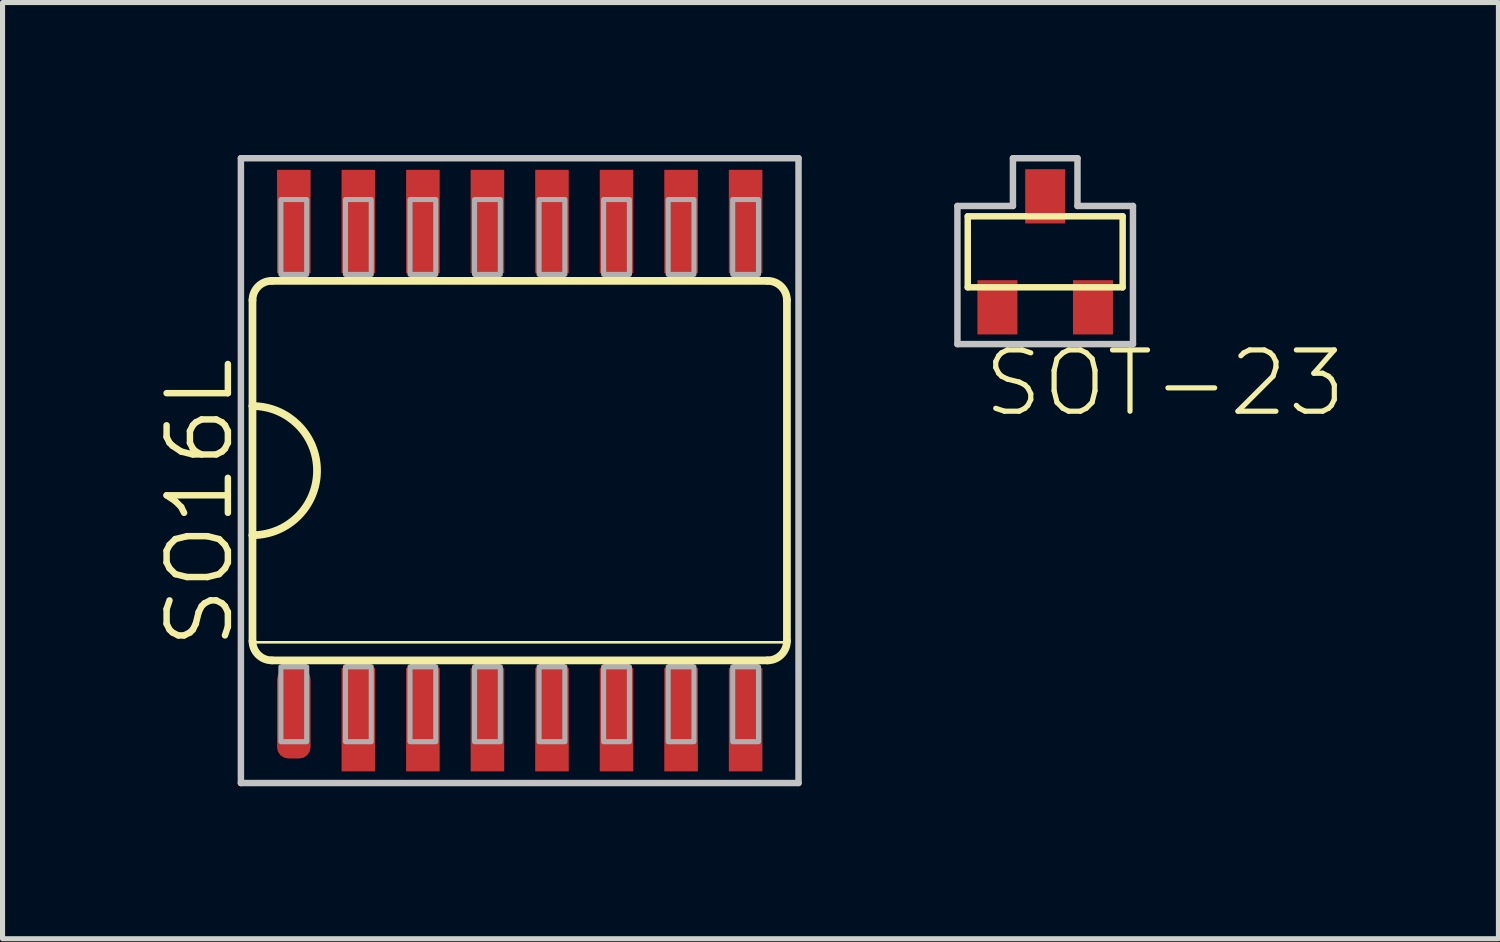
<source format=kicad_pcb>
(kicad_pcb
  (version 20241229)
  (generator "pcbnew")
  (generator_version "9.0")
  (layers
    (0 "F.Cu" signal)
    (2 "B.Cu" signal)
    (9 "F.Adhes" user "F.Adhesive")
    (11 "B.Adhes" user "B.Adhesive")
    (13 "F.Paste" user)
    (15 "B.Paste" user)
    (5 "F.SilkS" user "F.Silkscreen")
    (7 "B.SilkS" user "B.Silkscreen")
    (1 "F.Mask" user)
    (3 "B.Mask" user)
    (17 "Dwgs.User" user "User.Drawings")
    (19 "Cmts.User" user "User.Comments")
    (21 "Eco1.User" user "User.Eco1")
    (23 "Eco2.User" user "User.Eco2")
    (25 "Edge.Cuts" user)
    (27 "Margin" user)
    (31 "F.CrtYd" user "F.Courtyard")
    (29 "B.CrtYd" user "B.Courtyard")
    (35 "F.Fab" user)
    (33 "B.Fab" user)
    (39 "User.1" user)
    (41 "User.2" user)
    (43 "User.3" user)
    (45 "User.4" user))
  (footprint "SOT-23"
    (layer "F.Cu")
    (at 17.516 2.908)
    (property "Reference" "SOT-23" (at -1.27 2.286 0) (layer "F.SilkS") (effects (font (size 1.206 1.206) (thickness 0.102)) (justify left bottom)))
    (attr through_hole)
    (fp_line (start -1.524 -1.702) (end -1.524 -0.305) (stroke (width 0.127) (type solid)) (layer "F.SilkS"))
    (fp_line (start -1.524 -0.305) (end 1.524 -0.305) (stroke (width 0.127) (type solid)) (layer "F.SilkS"))
    (fp_line (start 1.524 -1.702) (end -1.524 -1.702) (stroke (width 0.127) (type solid)) (layer "F.SilkS"))
    (fp_line (start 1.524 -0.305) (end 1.524 -1.702) (stroke (width 0.127) (type solid)) (layer "F.SilkS"))
    (fp_line (start -1.727 -1.905) (end -1.727 0.813) (stroke (width 0.127) (type solid)) (layer "Dwgs.User"))
    (fp_line (start -1.727 0.813) (end 1.727 0.813) (stroke (width 0.127) (type solid)) (layer "Dwgs.User"))
    (fp_line (start -0.635 -2.845) (end -0.635 -1.905) (stroke (width 0.127) (type solid)) (layer "Dwgs.User"))
    (fp_line (start -0.635 -1.905) (end -1.727 -1.905) (stroke (width 0.127) (type solid)) (layer "Dwgs.User"))
    (fp_line (start 0.635 -2.845) (end -0.635 -2.845) (stroke (width 0.127) (type solid)) (layer "Dwgs.User"))
    (fp_line (start 0.635 -1.905) (end 0.635 -2.845) (stroke (width 0.127) (type solid)) (layer "Dwgs.User"))
    (fp_line (start 1.727 -1.905) (end 0.635 -1.905) (stroke (width 0.127) (type solid)) (layer "Dwgs.User"))
    (fp_line (start 1.727 0.813) (end 1.727 -1.905) (stroke (width 0.127) (type solid)) (layer "Dwgs.User"))
    (pad "P$1" smd rect (at -0.94 0.089) (size 0.787 1.067) (layers "F.Cu" "F.Mask" "F.Paste"))
    (pad "P$2" smd rect (at 0.94 0.089) (size 0.787 1.067) (layers "F.Cu" "F.Mask" "F.Paste"))
    (pad "P$3" smd rect (at 0 -2.095) (size 0.787 1.067) (layers "F.Cu" "F.Mask" "F.Paste")))
  (footprint "SO16L"
    (layer "F.Cu")
    (at 7.176 6.21)
    (property "Reference" "SO16L" (at -5.588 3.556 90) (layer "F.SilkS") (effects (font (size 1.206 1.206) (thickness 0.127)) (justify left bottom)))
    (attr through_hole)
    (fp_line (start -5.258 -3.353) (end -5.258 -1.27) (stroke (width 0.152) (type solid)) (layer "F.SilkS"))
    (fp_line (start -5.258 -1.27) (end -5.258 1.27) (stroke (width 0.152) (type solid)) (layer "F.SilkS"))
    (fp_line (start -5.258 1.27) (end -5.258 3.353) (stroke (width 0.152) (type solid)) (layer "F.SilkS"))
    (fp_line (start -5.207 3.378) (end 5.232 3.378) (stroke (width 0.051) (type solid)) (layer "F.SilkS"))
    (fp_line (start -4.877 3.734) (end 4.877 3.734) (stroke (width 0.152) (type solid)) (layer "F.SilkS"))
    (fp_line (start 4.877 -3.734) (end -4.877 -3.734) (stroke (width 0.152) (type solid)) (layer "F.SilkS"))
    (fp_line (start 5.258 3.353) (end 5.258 -3.353) (stroke (width 0.152) (type solid)) (layer "F.SilkS"))
    (fp_arc (start -5.2578 -3.3528) (mid -5.146208 -3.622208) (end -4.8768 -3.7338) (stroke (width 0.1524) (type solid)) (layer "F.SilkS"))
    (fp_arc (start -5.2578 -1.27) (mid -3.9878 0) (end -5.2578 1.27) (stroke (width 0.1524) (type solid)) (layer "F.SilkS"))
    (fp_arc (start -4.8768 3.7338) (mid -5.146208 3.622208) (end -5.2578 3.3528) (stroke (width 0.1524) (type solid)) (layer "F.SilkS"))
    (fp_arc (start 4.8768 -3.7338) (mid 5.146208 -3.622208) (end 5.2578 -3.3528) (stroke (width 0.1524) (type solid)) (layer "F.SilkS"))
    (fp_arc (start 5.2578 3.3528) (mid 5.146208 3.622208) (end 4.8768 3.7338) (stroke (width 0.1524) (type solid)) (layer "F.SilkS"))
    (fp_poly (pts (xy -4.699 -3.734) (xy -4.191 -3.734) (xy -4.191 -3.861) (xy -4.699 -3.861)) (stroke (width 0) (type solid)) (fill yes) (layer "F.SilkS"))
    (fp_poly (pts (xy -4.699 3.861) (xy -4.191 3.861) (xy -4.191 3.734) (xy -4.699 3.734)) (stroke (width 0) (type solid)) (fill yes) (layer "F.SilkS"))
    (fp_poly (pts (xy -3.429 -3.734) (xy -2.921 -3.734) (xy -2.921 -3.861) (xy -3.429 -3.861)) (stroke (width 0) (type solid)) (fill yes) (layer "F.SilkS"))
    (fp_poly (pts (xy -3.429 3.861) (xy -2.921 3.861) (xy -2.921 3.734) (xy -3.429 3.734)) (stroke (width 0) (type solid)) (fill yes) (layer "F.SilkS"))
    (fp_poly (pts (xy -2.159 -3.734) (xy -1.651 -3.734) (xy -1.651 -3.861) (xy -2.159 -3.861)) (stroke (width 0) (type solid)) (fill yes) (layer "F.SilkS"))
    (fp_poly (pts (xy -2.159 3.861) (xy -1.651 3.861) (xy -1.651 3.734) (xy -2.159 3.734)) (stroke (width 0) (type solid)) (fill yes) (layer "F.SilkS"))
    (fp_poly (pts (xy -0.889 -3.734) (xy -0.381 -3.734) (xy -0.381 -3.861) (xy -0.889 -3.861)) (stroke (width 0) (type solid)) (fill yes) (layer "F.SilkS"))
    (fp_poly (pts (xy -0.889 3.861) (xy -0.381 3.861) (xy -0.381 3.734) (xy -0.889 3.734)) (stroke (width 0) (type solid)) (fill yes) (layer "F.SilkS"))
    (fp_poly (pts (xy 0.381 -3.734) (xy 0.889 -3.734) (xy 0.889 -3.861) (xy 0.381 -3.861)) (stroke (width 0) (type solid)) (fill yes) (layer "F.SilkS"))
    (fp_poly (pts (xy 0.381 3.861) (xy 0.889 3.861) (xy 0.889 3.734) (xy 0.381 3.734)) (stroke (width 0) (type solid)) (fill yes) (layer "F.SilkS"))
    (fp_poly (pts (xy 1.651 -3.734) (xy 2.159 -3.734) (xy 2.159 -3.861) (xy 1.651 -3.861)) (stroke (width 0) (type solid)) (fill yes) (layer "F.SilkS"))
    (fp_poly (pts (xy 1.651 3.861) (xy 2.159 3.861) (xy 2.159 3.734) (xy 1.651 3.734)) (stroke (width 0) (type solid)) (fill yes) (layer "F.SilkS"))
    (fp_poly (pts (xy 2.921 -3.734) (xy 3.429 -3.734) (xy 3.429 -3.861) (xy 2.921 -3.861)) (stroke (width 0) (type solid)) (fill yes) (layer "F.SilkS"))
    (fp_poly (pts (xy 2.921 3.861) (xy 3.429 3.861) (xy 3.429 3.734) (xy 2.921 3.734)) (stroke (width 0) (type solid)) (fill yes) (layer "F.SilkS"))
    (fp_poly (pts (xy 4.191 -3.734) (xy 4.699 -3.734) (xy 4.699 -3.861) (xy 4.191 -3.861)) (stroke (width 0) (type solid)) (fill yes) (layer "F.SilkS"))
    (fp_poly (pts (xy 4.191 3.861) (xy 4.699 3.861) (xy 4.699 3.734) (xy 4.191 3.734)) (stroke (width 0) (type solid)) (fill yes) (layer "F.SilkS"))
    (fp_line (start -5.486 -6.147) (end -5.486 6.147) (stroke (width 0.127) (type solid)) (layer "Dwgs.User"))
    (fp_line (start -5.486 6.147) (end 5.486 6.147) (stroke (width 0.127) (type solid)) (layer "Dwgs.User"))
    (fp_line (start 5.486 -6.147) (end -5.486 -6.147) (stroke (width 0.127) (type solid)) (layer "Dwgs.User"))
    (fp_line (start 5.486 6.147) (end 5.486 -6.147) (stroke (width 0.127) (type solid)) (layer "Dwgs.User"))
    (fp_poly (pts (xy -4.699 -3.861) (xy -4.191 -3.861) (xy -4.191 -5.334) (xy -4.699 -5.334)) (stroke (width 0.1) (type solid)) (fill no) (layer "F.Fab"))
    (fp_poly (pts (xy -4.699 5.334) (xy -4.191 5.334) (xy -4.191 3.861) (xy -4.699 3.861)) (stroke (width 0.1) (type solid)) (fill no) (layer "F.Fab"))
    (fp_poly (pts (xy -3.429 -3.861) (xy -2.921 -3.861) (xy -2.921 -5.334) (xy -3.429 -5.334)) (stroke (width 0.1) (type solid)) (fill no) (layer "F.Fab"))
    (fp_poly (pts (xy -3.429 5.334) (xy -2.921 5.334) (xy -2.921 3.861) (xy -3.429 3.861)) (stroke (width 0.1) (type solid)) (fill no) (layer "F.Fab"))
    (fp_poly (pts (xy -2.159 -3.861) (xy -1.651 -3.861) (xy -1.651 -5.334) (xy -2.159 -5.334)) (stroke (width 0.1) (type solid)) (fill no) (layer "F.Fab"))
    (fp_poly (pts (xy -2.159 5.334) (xy -1.651 5.334) (xy -1.651 3.861) (xy -2.159 3.861)) (stroke (width 0.1) (type solid)) (fill no) (layer "F.Fab"))
    (fp_poly (pts (xy -0.889 -3.861) (xy -0.381 -3.861) (xy -0.381 -5.334) (xy -0.889 -5.334)) (stroke (width 0.1) (type solid)) (fill no) (layer "F.Fab"))
    (fp_poly (pts (xy -0.889 5.334) (xy -0.381 5.334) (xy -0.381 3.861) (xy -0.889 3.861)) (stroke (width 0.1) (type solid)) (fill no) (layer "F.Fab"))
    (fp_poly (pts (xy 0.381 -3.861) (xy 0.889 -3.861) (xy 0.889 -5.334) (xy 0.381 -5.334)) (stroke (width 0.1) (type solid)) (fill no) (layer "F.Fab"))
    (fp_poly (pts (xy 0.381 5.334) (xy 0.889 5.334) (xy 0.889 3.861) (xy 0.381 3.861)) (stroke (width 0.1) (type solid)) (fill no) (layer "F.Fab"))
    (fp_poly (pts (xy 1.651 -3.861) (xy 2.159 -3.861) (xy 2.159 -5.334) (xy 1.651 -5.334)) (stroke (width 0.1) (type solid)) (fill no) (layer "F.Fab"))
    (fp_poly (pts (xy 1.651 5.334) (xy 2.159 5.334) (xy 2.159 3.861) (xy 1.651 3.861)) (stroke (width 0.1) (type solid)) (fill no) (layer "F.Fab"))
    (fp_poly (pts (xy 2.921 -3.861) (xy 3.429 -3.861) (xy 3.429 -5.334) (xy 2.921 -5.334)) (stroke (width 0.1) (type solid)) (fill no) (layer "F.Fab"))
    (fp_poly (pts (xy 2.921 5.334) (xy 3.429 5.334) (xy 3.429 3.861) (xy 2.921 3.861)) (stroke (width 0.1) (type solid)) (fill no) (layer "F.Fab"))
    (fp_poly (pts (xy 4.191 -3.861) (xy 4.699 -3.861) (xy 4.699 -5.334) (xy 4.191 -5.334)) (stroke (width 0.1) (type solid)) (fill no) (layer "F.Fab"))
    (fp_poly (pts (xy 4.191 5.334) (xy 4.699 5.334) (xy 4.699 3.861) (xy 4.191 3.861)) (stroke (width 0.1) (type solid)) (fill no) (layer "F.Fab"))
    (pad "1" smd roundrect (at -4.445 4.775) (size 0.66 1.778) (layers "F.Cu" "F.Mask" "F.Paste") (roundrect_rratio 0.335))
    (pad "2" smd rect (at -3.175 4.902) (size 0.66 2.032) (layers "F.Cu" "F.Mask" "F.Paste"))
    (pad "3" smd rect (at -1.905 4.902) (size 0.66 2.032) (layers "F.Cu" "F.Mask" "F.Paste"))
    (pad "4" smd rect (at -0.635 4.902) (size 0.66 2.032) (layers "F.Cu" "F.Mask" "F.Paste"))
    (pad "5" smd rect (at 0.635 4.902) (size 0.66 2.032) (layers "F.Cu" "F.Mask" "F.Paste"))
    (pad "6" smd rect (at 1.905 4.902) (size 0.66 2.032) (layers "F.Cu" "F.Mask" "F.Paste"))
    (pad "7" smd rect (at 3.175 4.902) (size 0.66 2.032) (layers "F.Cu" "F.Mask" "F.Paste"))
    (pad "8" smd rect (at 4.445 4.902) (size 0.66 2.032) (layers "F.Cu" "F.Mask" "F.Paste"))
    (pad "9" smd rect (at 4.445 -4.902) (size 0.66 2.032) (layers "F.Cu" "F.Mask" "F.Paste"))
    (pad "10" smd rect (at 3.175 -4.902) (size 0.66 2.032) (layers "F.Cu" "F.Mask" "F.Paste"))
    (pad "11" smd rect (at 1.905 -4.902) (size 0.66 2.032) (layers "F.Cu" "F.Mask" "F.Paste"))
    (pad "12" smd rect (at 0.635 -4.902) (size 0.66 2.032) (layers "F.Cu" "F.Mask" "F.Paste"))
    (pad "13" smd rect (at -0.635 -4.902) (size 0.66 2.032) (layers "F.Cu" "F.Mask" "F.Paste"))
    (pad "14" smd rect (at -1.905 -4.902) (size 0.66 2.032) (layers "F.Cu" "F.Mask" "F.Paste"))
    (pad "15" smd rect (at -3.175 -4.902) (size 0.66 2.032) (layers "F.Cu" "F.Mask" "F.Paste"))
    (pad "16" smd rect (at -4.445 -4.902) (size 0.66 2.032) (layers "F.Cu" "F.Mask" "F.Paste")))
  (gr_rect
    (start -3 -3)
    (end 26.434 15.421)
    (stroke (width 0.1) (type default))
    (fill no)
    (layer "Edge.Cuts")))
</source>
